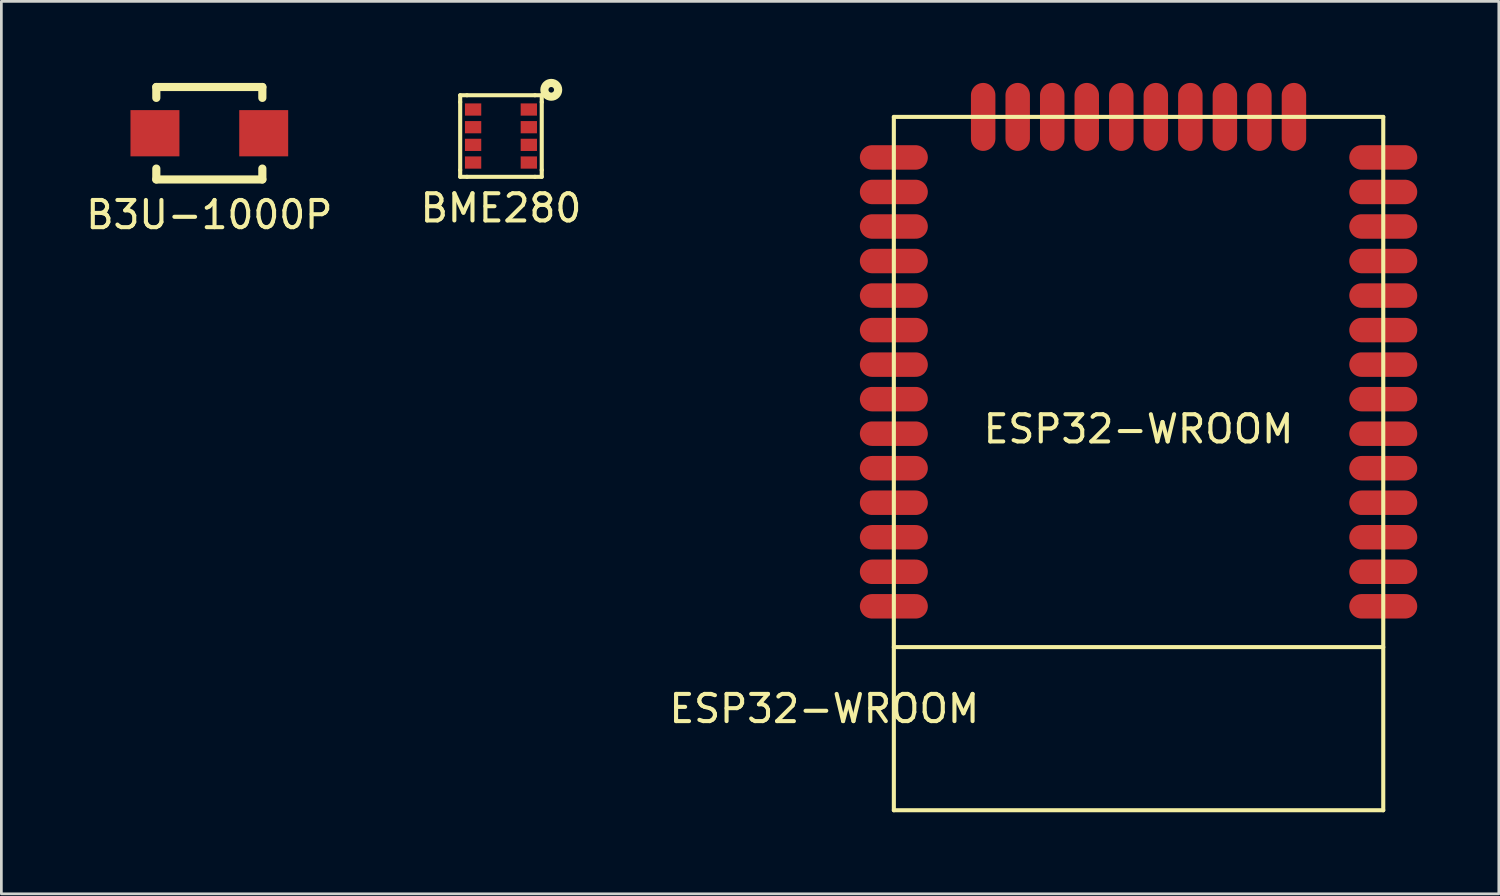
<source format=kicad_pcb>
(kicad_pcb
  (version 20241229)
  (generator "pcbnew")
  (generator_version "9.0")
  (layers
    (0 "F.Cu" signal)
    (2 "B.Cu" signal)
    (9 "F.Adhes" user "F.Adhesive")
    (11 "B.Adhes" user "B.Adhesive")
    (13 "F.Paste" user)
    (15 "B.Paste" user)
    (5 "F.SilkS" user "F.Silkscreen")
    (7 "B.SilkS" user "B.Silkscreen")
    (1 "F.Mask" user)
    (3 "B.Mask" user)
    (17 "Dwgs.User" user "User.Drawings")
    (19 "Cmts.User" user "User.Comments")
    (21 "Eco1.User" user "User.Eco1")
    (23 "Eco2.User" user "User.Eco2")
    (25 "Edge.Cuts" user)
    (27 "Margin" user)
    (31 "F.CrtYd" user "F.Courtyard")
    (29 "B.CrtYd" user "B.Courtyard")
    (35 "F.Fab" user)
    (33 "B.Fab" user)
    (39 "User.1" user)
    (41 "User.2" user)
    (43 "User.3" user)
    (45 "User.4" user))
  (footprint "ESP32-WROOM"
    (layer "F.Cu")
    (at 38.825 14)
    (property "Reference" "ESP32-WROOM" (at -11.557 9.017 0) (layer "F.SilkS") (effects (font (size 1 1) (thickness 0.15))))
    (attr through_hole)
    (fp_line (start -9 -12.75) (end 9 -12.75) (stroke (width 0.15) (type solid)) (layer "F.SilkS"))
    (fp_line (start -9 6.75) (end 9 6.75) (stroke (width 0.15) (type solid)) (layer "F.SilkS"))
    (fp_line (start -9 12.75) (end -9 -12.75) (stroke (width 0.15) (type solid)) (layer "F.SilkS"))
    (fp_line (start -9 12.75) (end 9 12.75) (stroke (width 0.15) (type solid)) (layer "F.SilkS"))
    (fp_line (start 9 12.75) (end 9 -12.75) (stroke (width 0.15) (type solid)) (layer "F.SilkS"))
    (fp_text user "ESP32-WROOM" (at 0 -1.27 180) (layer "F.SilkS") (effects (font (size 1 1) (thickness 0.15))))
    (pad "1" smd oval (at 9 5.25) (size 2.5 0.9) (layers "F.Cu" "F.Mask" "F.Paste"))
    (pad "2" smd oval (at 9 3.98) (size 2.5 0.9) (layers "F.Cu" "F.Mask" "F.Paste"))
    (pad "3" smd oval (at 9 2.71) (size 2.5 0.9) (layers "F.Cu" "F.Mask" "F.Paste"))
    (pad "4" smd oval (at 9 1.44) (size 2.5 0.9) (layers "F.Cu" "F.Mask" "F.Paste"))
    (pad "5" smd oval (at 9 0.17) (size 2.5 0.9) (layers "F.Cu" "F.Mask" "F.Paste"))
    (pad "6" smd oval (at 9 -1.1) (size 2.5 0.9) (layers "F.Cu" "F.Mask" "F.Paste"))
    (pad "7" smd oval (at 9 -2.37) (size 2.5 0.9) (layers "F.Cu" "F.Mask" "F.Paste"))
    (pad "8" smd oval (at 9 -3.64) (size 2.5 0.9) (layers "F.Cu" "F.Mask" "F.Paste"))
    (pad "9" smd oval (at 9 -4.91) (size 2.5 0.9) (layers "F.Cu" "F.Mask" "F.Paste"))
    (pad "10" smd oval (at 9 -6.18) (size 2.5 0.9) (layers "F.Cu" "F.Mask" "F.Paste"))
    (pad "11" smd oval (at 9 -7.45) (size 2.5 0.9) (layers "F.Cu" "F.Mask" "F.Paste"))
    (pad "12" smd oval (at 9 -8.72) (size 2.5 0.9) (layers "F.Cu" "F.Mask" "F.Paste"))
    (pad "13" smd oval (at 9 -9.99) (size 2.5 0.9) (layers "F.Cu" "F.Mask" "F.Paste"))
    (pad "14" smd oval (at 9 -11.26) (size 2.5 0.9) (layers "F.Cu" "F.Mask" "F.Paste"))
    (pad "15" smd oval (at 5.715 -12.75) (size 0.9 2.5) (layers "F.Cu" "F.Mask" "F.Paste"))
    (pad "16" smd oval (at 4.445 -12.75) (size 0.9 2.5) (layers "F.Cu" "F.Mask" "F.Paste"))
    (pad "17" smd oval (at 3.175 -12.75) (size 0.9 2.5) (layers "F.Cu" "F.Mask" "F.Paste"))
    (pad "18" smd oval (at 1.905 -12.75) (size 0.9 2.5) (layers "F.Cu" "F.Mask" "F.Paste"))
    (pad "19" smd oval (at 0.635 -12.75) (size 0.9 2.5) (layers "F.Cu" "F.Mask" "F.Paste"))
    (pad "20" smd oval (at -0.635 -12.75) (size 0.9 2.5) (layers "F.Cu" "F.Mask" "F.Paste"))
    (pad "21" smd oval (at -1.905 -12.75) (size 0.9 2.5) (layers "F.Cu" "F.Mask" "F.Paste"))
    (pad "22" smd oval (at -3.175 -12.75) (size 0.9 2.5) (layers "F.Cu" "F.Mask" "F.Paste"))
    (pad "23" smd oval (at -4.445 -12.75) (size 0.9 2.5) (layers "F.Cu" "F.Mask" "F.Paste"))
    (pad "24" smd oval (at -5.715 -12.75) (size 0.9 2.5) (layers "F.Cu" "F.Mask" "F.Paste"))
    (pad "25" smd oval (at -9 -11.26) (size 2.5 0.9) (layers "F.Cu" "F.Mask" "F.Paste"))
    (pad "26" smd oval (at -9 -9.99) (size 2.5 0.9) (layers "F.Cu" "F.Mask" "F.Paste"))
    (pad "27" smd oval (at -9 -8.72) (size 2.5 0.9) (layers "F.Cu" "F.Mask" "F.Paste"))
    (pad "28" smd oval (at -9 -7.45) (size 2.5 0.9) (layers "F.Cu" "F.Mask" "F.Paste"))
    (pad "29" smd oval (at -9 -6.18) (size 2.5 0.9) (layers "F.Cu" "F.Mask" "F.Paste"))
    (pad "30" smd oval (at -9 -4.91) (size 2.5 0.9) (layers "F.Cu" "F.Mask" "F.Paste"))
    (pad "31" smd oval (at -9 -3.64) (size 2.5 0.9) (layers "F.Cu" "F.Mask" "F.Paste"))
    (pad "32" smd oval (at -9 -2.37) (size 2.5 0.9) (layers "F.Cu" "F.Mask" "F.Paste"))
    (pad "33" smd oval (at -9 -1.1) (size 2.5 0.9) (layers "F.Cu" "F.Mask" "F.Paste"))
    (pad "34" smd oval (at -9 0.17) (size 2.5 0.9) (layers "F.Cu" "F.Mask" "F.Paste"))
    (pad "35" smd oval (at -9 1.44) (size 2.5 0.9) (layers "F.Cu" "F.Mask" "F.Paste"))
    (pad "36" smd oval (at -9 2.71) (size 2.5 0.9) (layers "F.Cu" "F.Mask" "F.Paste"))
    (pad "37" smd oval (at -9 3.98) (size 2.5 0.9) (layers "F.Cu" "F.Mask" "F.Paste"))
    (pad "38" smd oval (at -9 5.25) (size 2.5 0.9) (layers "F.Cu" "F.Mask" "F.Paste")))
  (footprint "BME280"
    (layer "F.Cu")
    (at 15.375 1.953)
    (property "Reference" "BME280" (at 0 2.65 0) (layer "F.SilkS") (effects (font (size 1 1) (thickness 0.15))))
    (attr through_hole)
    (fp_line (start -1.5 -1.5) (end -1.5 -1.25) (stroke (width 0.15) (type solid)) (layer "F.SilkS"))
    (fp_line (start -1.5 -1.25) (end -1.5 1.25) (stroke (width 0.15) (type solid)) (layer "F.SilkS"))
    (fp_line (start -1.5 1.25) (end -1.5 1.5) (stroke (width 0.15) (type solid)) (layer "F.SilkS"))
    (fp_line (start -1.5 1.5) (end -1.25 1.5) (stroke (width 0.15) (type solid)) (layer "F.SilkS"))
    (fp_line (start -1.25 -1.5) (end -1.5 -1.5) (stroke (width 0.15) (type solid)) (layer "F.SilkS"))
    (fp_line (start -1.25 1.5) (end 1.25 1.5) (stroke (width 0.15) (type solid)) (layer "F.SilkS"))
    (fp_line (start 1.25 -1.5) (end -1.25 -1.5) (stroke (width 0.15) (type solid)) (layer "F.SilkS"))
    (fp_line (start 1.25 1.5) (end 1.5 1.5) (stroke (width 0.15) (type solid)) (layer "F.SilkS"))
    (fp_line (start 1.5 -1.5) (end 1.25 -1.5) (stroke (width 0.15) (type solid)) (layer "F.SilkS"))
    (fp_line (start 1.5 -1.25) (end 1.5 -1.5) (stroke (width 0.15) (type solid)) (layer "F.SilkS"))
    (fp_line (start 1.5 1.25) (end 1.5 -1.25) (stroke (width 0.15) (type solid)) (layer "F.SilkS"))
    (fp_line (start 1.5 1.5) (end 1.5 1.25) (stroke (width 0.15) (type solid)) (layer "F.SilkS"))
    (fp_circle (center 1.85 -1.7) (end 1.875 -1.6) (stroke (width 0.3) (type solid)) (fill no) (layer "F.SilkS"))
    (pad "1" smd rect (at 1.025 -0.975) (size 0.6 0.45) (layers "F.Cu" "F.Mask" "F.Paste"))
    (pad "2" smd rect (at 1.025 -0.325) (size 0.6 0.45) (layers "F.Cu" "F.Mask" "F.Paste"))
    (pad "3" smd rect (at 1.025 0.325) (size 0.6 0.45) (layers "F.Cu" "F.Mask" "F.Paste"))
    (pad "4" smd rect (at 1.025 0.975) (size 0.6 0.45) (layers "F.Cu" "F.Mask" "F.Paste"))
    (pad "5" smd rect (at -1.025 0.975) (size 0.6 0.45) (layers "F.Cu" "F.Mask" "F.Paste"))
    (pad "6" smd rect (at -1.025 0.325) (size 0.6 0.45) (layers "F.Cu" "F.Mask" "F.Paste"))
    (pad "7" smd rect (at -1.025 -0.325) (size 0.6 0.45) (layers "F.Cu" "F.Mask" "F.Paste"))
    (pad "8" smd rect (at -1.025 -0.975) (size 0.6 0.45) (layers "F.Cu" "F.Mask" "F.Paste")))
  (footprint "B3U-1000P"
    (placed yes)
    (layer "F.Cu")
    (at 4.649 1.85)
    (property "Reference" "B3U-1000P" (at 0 3 0) (layer "F.SilkS") (effects (font (size 1 1) (thickness 0.15))))
    (attr through_hole)
    (fp_line (start -1.95 -1.7) (end -1.95 -1.3) (stroke (width 0.3) (type solid)) (layer "F.SilkS"))
    (fp_line (start -1.95 -1.7) (end 1.95 -1.7) (stroke (width 0.3) (type solid)) (layer "F.SilkS"))
    (fp_line (start -1.95 1.3) (end -1.95 1.7) (stroke (width 0.3) (type solid)) (layer "F.SilkS"))
    (fp_line (start -1.95 1.7) (end 1.95 1.7) (stroke (width 0.3) (type solid)) (layer "F.SilkS"))
    (fp_line (start 1.95 -1.7) (end 1.95 -1.3) (stroke (width 0.3) (type solid)) (layer "F.SilkS"))
    (fp_line (start 1.95 1.3) (end 1.95 1.7) (stroke (width 0.3) (type solid)) (layer "F.SilkS"))
    (pad "1" smd rect (at -2 0) (size 1.8 1.7) (layers "F.Cu" "F.Mask" "F.Paste"))
    (pad "2" smd rect (at 2 0) (size 1.8 1.7) (layers "F.Cu" "F.Mask" "F.Paste")))
  (gr_rect
    (start -3 -3)
    (end 52.075 29.825)
    (stroke (width 0.1) (type default))
    (fill no)
    (layer "Edge.Cuts")))
</source>
